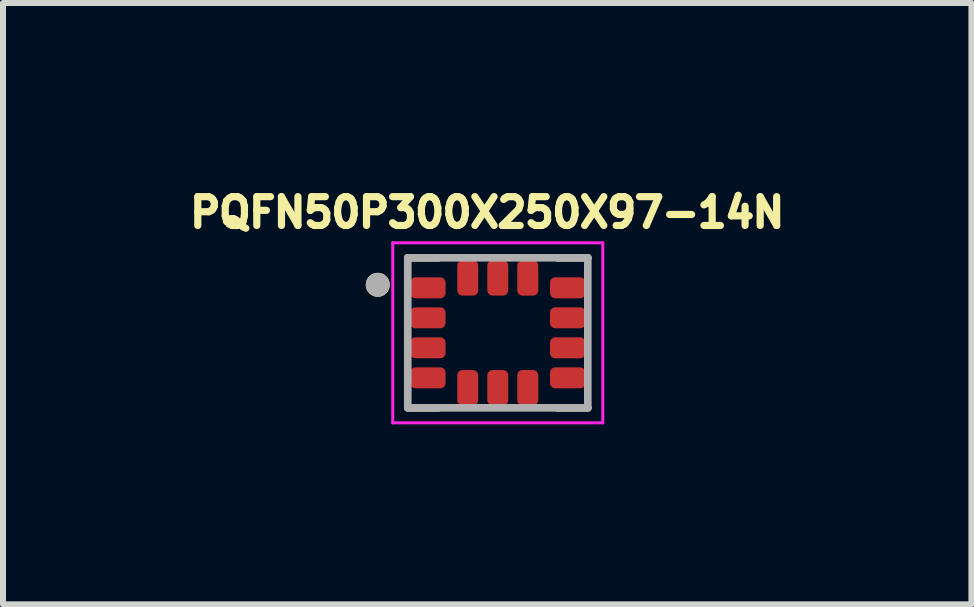
<source format=kicad_pcb>
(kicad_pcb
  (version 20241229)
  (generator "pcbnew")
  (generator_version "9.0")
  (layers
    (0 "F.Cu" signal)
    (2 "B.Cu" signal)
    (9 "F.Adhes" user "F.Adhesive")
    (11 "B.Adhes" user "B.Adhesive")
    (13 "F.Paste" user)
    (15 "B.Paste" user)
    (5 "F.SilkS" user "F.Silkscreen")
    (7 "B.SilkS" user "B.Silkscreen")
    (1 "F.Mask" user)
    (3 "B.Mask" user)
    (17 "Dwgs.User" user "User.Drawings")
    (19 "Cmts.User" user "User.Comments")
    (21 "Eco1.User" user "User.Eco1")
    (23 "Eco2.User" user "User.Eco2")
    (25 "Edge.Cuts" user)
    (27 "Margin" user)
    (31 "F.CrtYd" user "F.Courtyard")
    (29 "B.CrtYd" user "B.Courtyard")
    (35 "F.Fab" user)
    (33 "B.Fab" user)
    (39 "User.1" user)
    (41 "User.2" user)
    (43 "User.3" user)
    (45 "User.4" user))
  (footprint "PQFN50P300X250X97-14N"
    (layer "F.Cu")
    (at 5.245 2.496)
    (property "Reference" "PQFN50P300X250X97-14N" (at -0.176 -2.005 0) (layer "F.SilkS") (effects (font (size 0.48 0.48) (thickness 0.15))))
    (attr smd)
    (fp_line (start -1.5 -1.25) (end -0.99 -1.25) (stroke (width 0.127) (type solid)) (layer "F.SilkS"))
    (fp_line (start -1.5 1.25) (end -0.99 1.25) (stroke (width 0.127) (type solid)) (layer "F.SilkS"))
    (fp_line (start 0.99 -1.25) (end 1.5 -1.25) (stroke (width 0.127) (type solid)) (layer "F.SilkS"))
    (fp_line (start 1.5 1.25) (end 0.99 1.25) (stroke (width 0.127) (type solid)) (layer "F.SilkS"))
    (fp_circle (center -2 -0.8) (end -1.9 -0.8) (stroke (width 0.2) (type solid)) (fill no) (layer "F.SilkS"))
    (fp_line (start -1.75 -1.5) (end 1.75 -1.5) (stroke (width 0.05) (type solid)) (layer "F.CrtYd"))
    (fp_line (start -1.75 1.5) (end -1.75 -1.5) (stroke (width 0.05) (type solid)) (layer "F.CrtYd"))
    (fp_line (start 1.75 -1.5) (end 1.75 1.5) (stroke (width 0.05) (type solid)) (layer "F.CrtYd"))
    (fp_line (start 1.75 1.5) (end -1.75 1.5) (stroke (width 0.05) (type solid)) (layer "F.CrtYd"))
    (fp_line (start -1.5 -1.25) (end 1.5 -1.25) (stroke (width 0.127) (type solid)) (layer "F.Fab"))
    (fp_line (start -1.5 1.25) (end -1.5 -1.25) (stroke (width 0.127) (type solid)) (layer "F.Fab"))
    (fp_line (start 1.5 -1.25) (end 1.5 1.25) (stroke (width 0.127) (type solid)) (layer "F.Fab"))
    (fp_line (start 1.5 1.25) (end -1.5 1.25) (stroke (width 0.127) (type solid)) (layer "F.Fab"))
    (fp_circle (center -2 -0.8) (end -1.9 -0.8) (stroke (width 0.2) (type solid)) (fill no) (layer "F.Fab"))
    (pad "1" smd roundrect (at -1.165 -0.75) (size 0.59 0.35) (layers "F.Cu" "F.Mask" "F.Paste") (roundrect_rratio 0.25))
    (pad "2" smd roundrect (at -1.165 -0.25) (size 0.59 0.35) (layers "F.Cu" "F.Mask" "F.Paste") (roundrect_rratio 0.25))
    (pad "3" smd roundrect (at -1.165 0.25) (size 0.59 0.35) (layers "F.Cu" "F.Mask" "F.Paste") (roundrect_rratio 0.25))
    (pad "4" smd roundrect (at -1.165 0.75) (size 0.59 0.35) (layers "F.Cu" "F.Mask" "F.Paste") (roundrect_rratio 0.25))
    (pad "5" smd roundrect (at -0.5 0.915) (size 0.35 0.59) (layers "F.Cu" "F.Mask" "F.Paste") (roundrect_rratio 0.25))
    (pad "6" smd roundrect (at 0 0.915) (size 0.35 0.59) (layers "F.Cu" "F.Mask" "F.Paste") (roundrect_rratio 0.25))
    (pad "7" smd roundrect (at 0.5 0.915) (size 0.35 0.59) (layers "F.Cu" "F.Mask" "F.Paste") (roundrect_rratio 0.25))
    (pad "8" smd roundrect (at 1.165 0.75) (size 0.59 0.35) (layers "F.Cu" "F.Mask" "F.Paste") (roundrect_rratio 0.25))
    (pad "9" smd roundrect (at 1.165 0.25) (size 0.59 0.35) (layers "F.Cu" "F.Mask" "F.Paste") (roundrect_rratio 0.25))
    (pad "10" smd roundrect (at 1.165 -0.25) (size 0.59 0.35) (layers "F.Cu" "F.Mask" "F.Paste") (roundrect_rratio 0.25))
    (pad "11" smd roundrect (at 1.165 -0.75) (size 0.59 0.35) (layers "F.Cu" "F.Mask" "F.Paste") (roundrect_rratio 0.25))
    (pad "12" smd roundrect (at 0.5 -0.915) (size 0.35 0.59) (layers "F.Cu" "F.Mask" "F.Paste") (roundrect_rratio 0.25))
    (pad "13" smd roundrect (at 0 -0.915) (size 0.35 0.59) (layers "F.Cu" "F.Mask" "F.Paste") (roundrect_rratio 0.25))
    (pad "14" smd roundrect (at -0.5 -0.915) (size 0.35 0.59) (layers "F.Cu" "F.Mask" "F.Paste") (roundrect_rratio 0.25)))
  (gr_rect
    (start -3 -3)
    (end 13.138 7.021)
    (stroke (width 0.1) (type default))
    (fill no)
    (layer "Edge.Cuts")))
</source>
